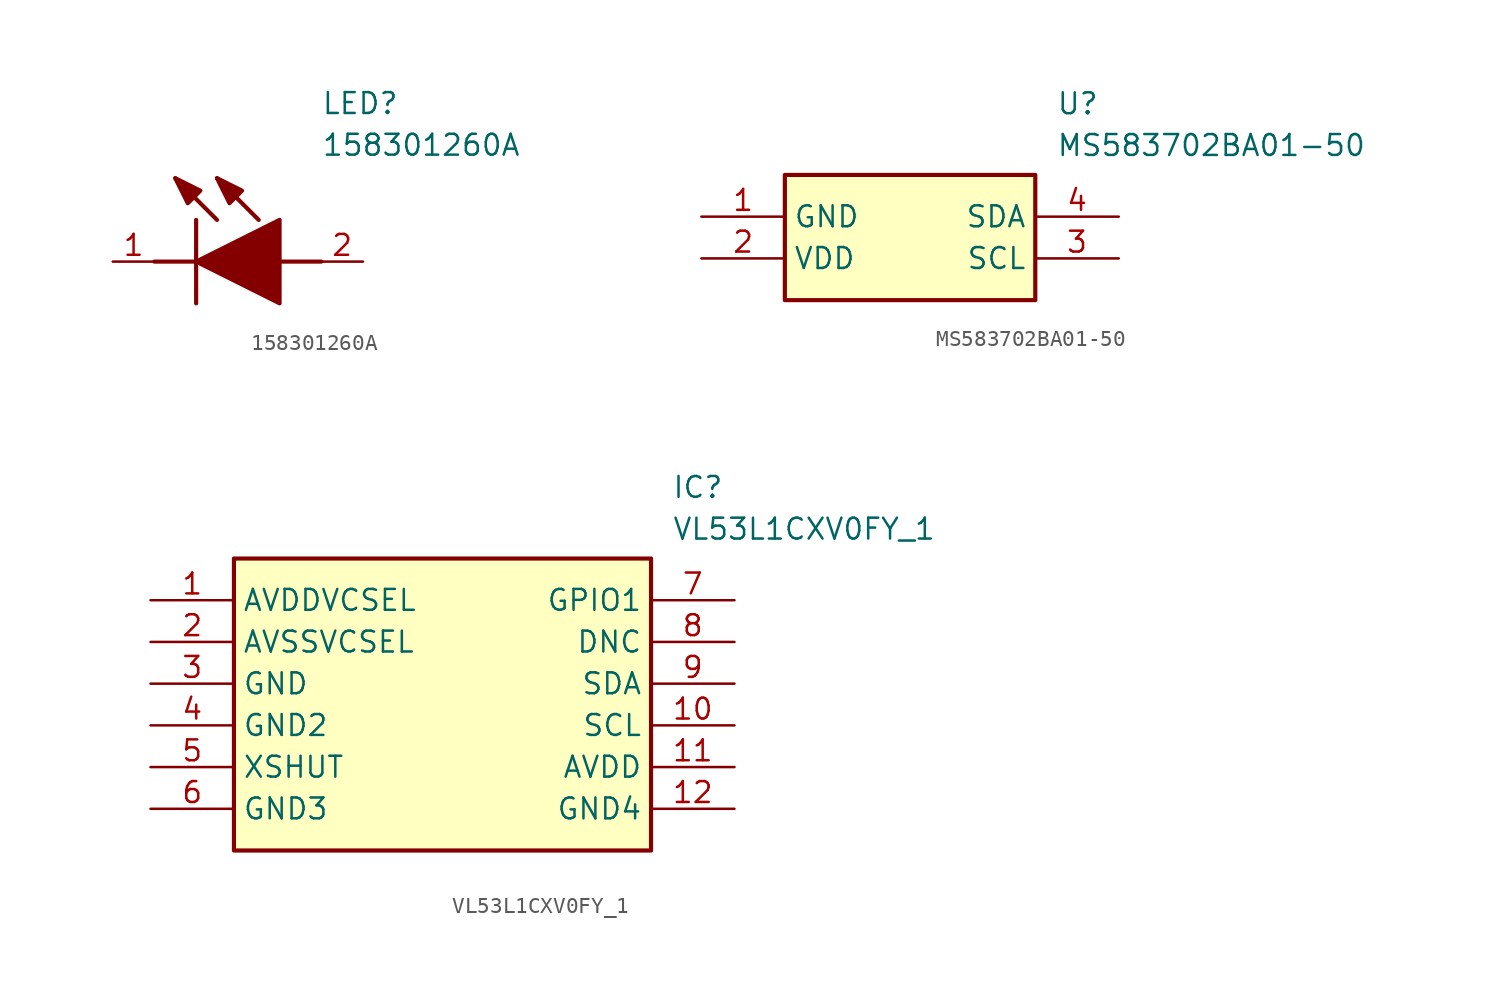
<source format=kicad_sym>
(kicad_symbol_lib
  (version 20220914)
  (generator SamacSys_ECAD_Model)
  (symbol "158301260A"
    (pin_names hide)
    (property "Reference" "LED"
      (at 12.7 8.89 0)
      (effects (font (size 1.27 1.27)) (justify left bottom)))
    (property "Value" "158301260A"
      (at 12.7 6.35 0)
      (effects (font (size 1.27 1.27)) (justify left bottom)))
    (polyline
      (pts (xy 5.08 2.54) (xy 5.08 -2.54))
      (stroke (width 0.254) (type default))
      (fill (type none)))
    (polyline
      (pts (xy 6.35 2.54) (xy 3.81 5.08))
      (stroke (width 0.254) (type default))
      (fill (type none)))
    (polyline
      (pts (xy 8.89 2.54) (xy 6.35 5.08))
      (stroke (width 0.254) (type default))
      (fill (type none)))
    (polyline
      (pts (xy 2.54 0) (xy 5.08 0))
      (stroke (width 0.254) (type default))
      (fill (type none)))
    (polyline
      (pts (xy 10.16 0) (xy 12.7 0))
      (stroke (width 0.254) (type default))
      (fill (type none)))
    (polyline
      (pts (xy 5.08 0) (xy 10.16 2.54) (xy 10.16 -2.54) (xy 5.08 0))
      (stroke (width 0.254) (type default))
      (fill (type outline)))
    (polyline
      (pts (xy 5.334 4.318) (xy 4.572 3.556) (xy 3.81 5.08) (xy 5.334 4.318))
      (stroke (width 0.254) (type default))
      (fill (type outline)))
    (polyline
      (pts (xy 7.874 4.318) (xy 7.112 3.556) (xy 6.35 5.08) (xy 7.874 4.318))
      (stroke (width 0.254) (type default))
      (fill (type outline)))
    (pin passive line
      (at 0 0 0)
      (length 2.54)
      (name "K" (effects (font (size 1.27 1.27))))
      (number "1" (effects (font (size 1.27 1.27)))))
    (pin passive line
      (at 15.24 0 180)
      (length 2.54)
      (name "A" (effects (font (size 1.27 1.27))))
      (number "2" (effects (font (size 1.27 1.27))))))
  (symbol "MS583702BA01-50"
    (property "Reference" "U"
      (at 21.59 7.62 0)
      (effects (font (size 1.27 1.27)) (justify left top)))
    (property "Value" "MS583702BA01-50"
      (at 21.59 5.08 0)
      (effects (font (size 1.27 1.27)) (justify left top)))
    (rectangle
      (start 5.08 2.54)
      (end 20.32 -5.08)
      (stroke (width 0.254) (type default))
      (fill (type background)))
    (pin passive line
      (at 0 0 0)
      (length 5.08)
      (name "GND" (effects (font (size 1.27 1.27))))
      (number "1" (effects (font (size 1.27 1.27)))))
    (pin passive line
      (at 0 -2.54 0)
      (length 5.08)
      (name "VDD" (effects (font (size 1.27 1.27))))
      (number "2" (effects (font (size 1.27 1.27)))))
    (pin passive line
      (at 25.4 -2.54 180)
      (length 5.08)
      (name "SCL" (effects (font (size 1.27 1.27))))
      (number "3" (effects (font (size 1.27 1.27)))))
    (pin passive line
      (at 25.4 0 180)
      (length 5.08)
      (name "SDA" (effects (font (size 1.27 1.27))))
      (number "4" (effects (font (size 1.27 1.27))))))
  (symbol "VL53L1CXV0FY_1"
    (property "Reference" "IC"
      (at 31.75 7.62 0)
      (effects (font (size 1.27 1.27)) (justify left top)))
    (property "Value" "VL53L1CXV0FY_1"
      (at 31.75 5.08 0)
      (effects (font (size 1.27 1.27)) (justify left top)))
    (rectangle
      (start 5.08 2.54)
      (end 30.48 -15.24)
      (stroke (width 0.254) (type default))
      (fill (type background)))
    (pin passive line
      (at 0 0 0)
      (length 5.08)
      (name "AVDDVCSEL" (effects (font (size 1.27 1.27))))
      (number "1" (effects (font (size 1.27 1.27)))))
    (pin passive line
      (at 0 -2.54 0)
      (length 5.08)
      (name "AVSSVCSEL" (effects (font (size 1.27 1.27))))
      (number "2" (effects (font (size 1.27 1.27)))))
    (pin passive line
      (at 0 -5.08 0)
      (length 5.08)
      (name "GND" (effects (font (size 1.27 1.27))))
      (number "3" (effects (font (size 1.27 1.27)))))
    (pin passive line
      (at 0 -7.62 0)
      (length 5.08)
      (name "GND2" (effects (font (size 1.27 1.27))))
      (number "4" (effects (font (size 1.27 1.27)))))
    (pin passive line
      (at 0 -10.16 0)
      (length 5.08)
      (name "XSHUT" (effects (font (size 1.27 1.27))))
      (number "5" (effects (font (size 1.27 1.27)))))
    (pin passive line
      (at 0 -12.7 0)
      (length 5.08)
      (name "GND3" (effects (font (size 1.27 1.27))))
      (number "6" (effects (font (size 1.27 1.27)))))
    (pin passive line
      (at 35.56 0 180)
      (length 5.08)
      (name "GPIO1" (effects (font (size 1.27 1.27))))
      (number "7" (effects (font (size 1.27 1.27)))))
    (pin passive line
      (at 35.56 -2.54 180)
      (length 5.08)
      (name "DNC" (effects (font (size 1.27 1.27))))
      (number "8" (effects (font (size 1.27 1.27)))))
    (pin passive line
      (at 35.56 -5.08 180)
      (length 5.08)
      (name "SDA" (effects (font (size 1.27 1.27))))
      (number "9" (effects (font (size 1.27 1.27)))))
    (pin passive line
      (at 35.56 -7.62 180)
      (length 5.08)
      (name "SCL" (effects (font (size 1.27 1.27))))
      (number "10" (effects (font (size 1.27 1.27)))))
    (pin passive line
      (at 35.56 -10.16 180)
      (length 5.08)
      (name "AVDD" (effects (font (size 1.27 1.27))))
      (number "11" (effects (font (size 1.27 1.27)))))
    (pin passive line
      (at 35.56 -12.7 180)
      (length 5.08)
      (name "GND4" (effects (font (size 1.27 1.27))))
      (number "12" (effects (font (size 1.27 1.27)))))))
</source>
